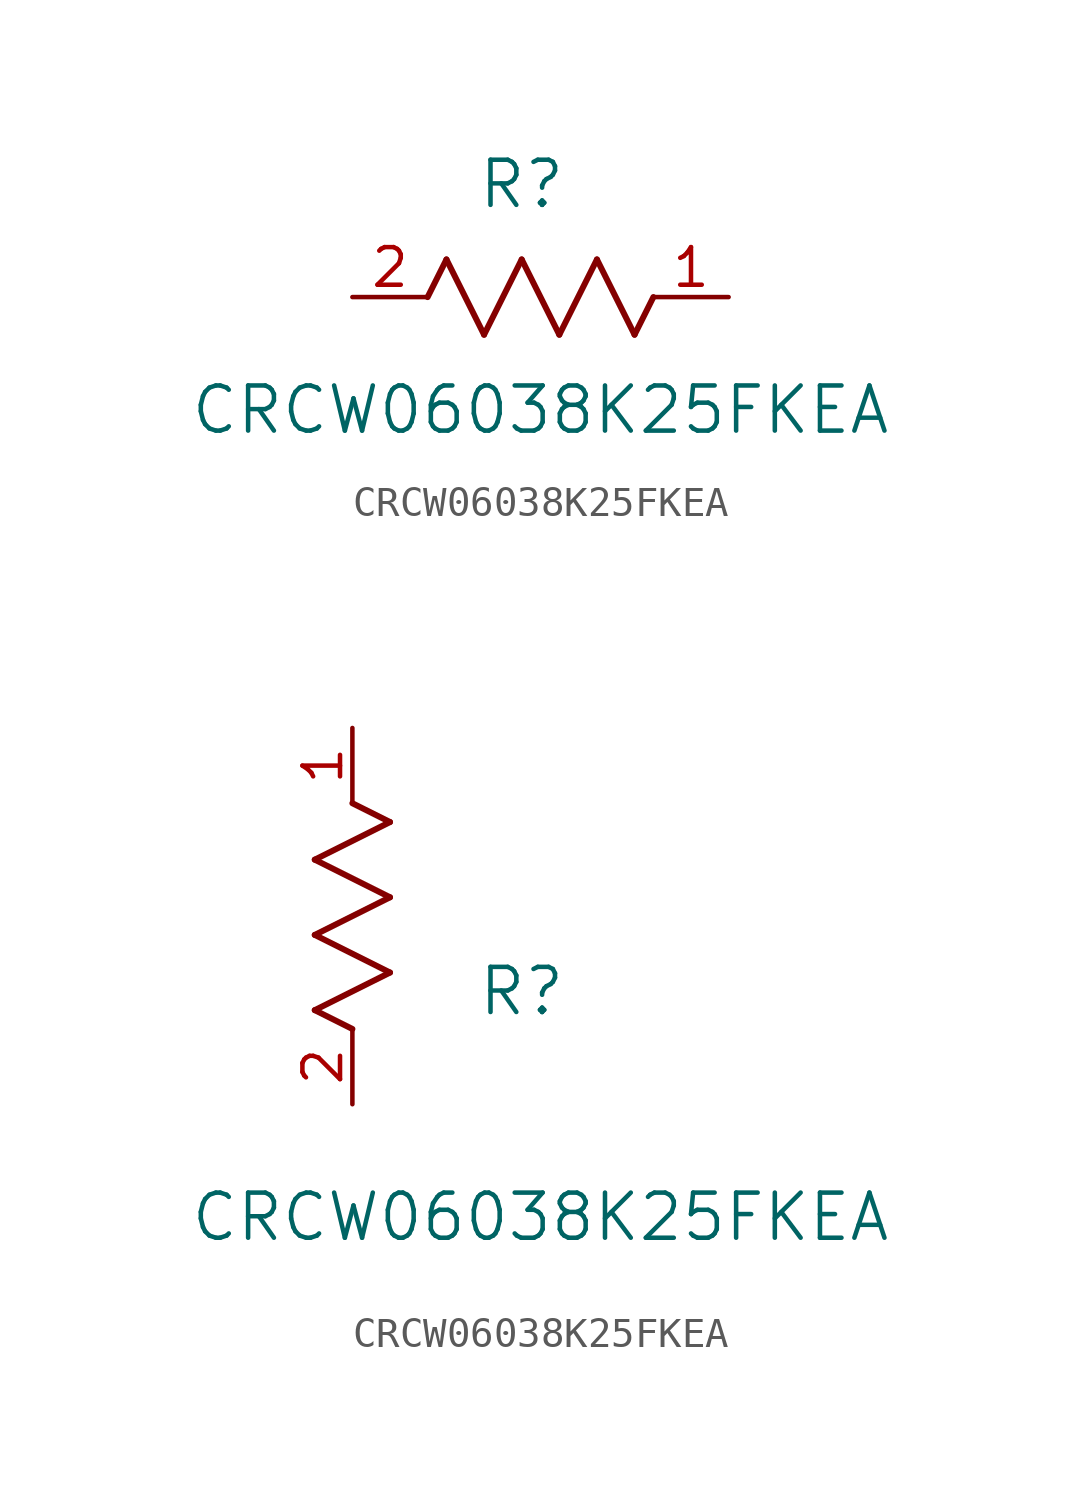
<source format=kicad_sym>
(kicad_symbol_lib
  (version 20211014)
  (generator kicad_symbol_editor)
  (symbol "CRCW06038K25FKEA"
    (pin_names
      (offset 0.254))
    (property "Reference" "R"
      (at 5.715 3.81 0)
      (effects (font (size 1.524 1.524))))
    (property "Value" "CRCW06038K25FKEA"
      (at 6.35 -3.81 0)
      (effects (font (size 1.524 1.524))))
    (symbol "CRCW06038K25FKEA_1_1"
      (polyline (pts (xy 3.175 1.27) (xy 4.445 -1.27)) (stroke (width 0.203) (type default) (color 0 0 0 0)) (fill (type none)))
      (polyline (pts (xy 4.445 -1.27) (xy 5.715 1.27)) (stroke (width 0.203) (type default) (color 0 0 0 0)) (fill (type none)))
      (polyline (pts (xy 5.715 1.27) (xy 6.985 -1.27)) (stroke (width 0.203) (type default) (color 0 0 0 0)) (fill (type none)))
      (polyline (pts (xy 6.985 -1.27) (xy 8.255 1.27)) (stroke (width 0.203) (type default) (color 0 0 0 0)) (fill (type none)))
      (polyline (pts (xy 8.255 1.27) (xy 9.525 -1.27)) (stroke (width 0.203) (type default) (color 0 0 0 0)) (fill (type none)))
      (polyline (pts (xy 2.54 0) (xy 3.175 1.27)) (stroke (width 0.203) (type default) (color 0 0 0 0)) (fill (type none)))
      (polyline (pts (xy 9.525 -1.27) (xy 10.16 0)) (stroke (width 0.203) (type default) (color 0 0 0 0)) (fill (type none)))
      (pin unspecified line (at 0 0 0) (length 2.54) (name "" (effects (font (size 1.27 1.27)))) (number "2" (effects (font (size 1.27 1.27)))))
      (pin unspecified line (at 12.7 0 180) (length 2.54) (name "" (effects (font (size 1.27 1.27)))) (number "1" (effects (font (size 1.27 1.27))))))
    (symbol "CRCW06038K25FKEA_1_2"
      (polyline (pts (xy 0 2.54) (xy -1.27 3.175)) (stroke (width 0.203) (type default) (color 0 0 0 0)) (fill (type none)))
      (polyline (pts (xy -1.27 3.175) (xy 1.27 4.445)) (stroke (width 0.203) (type default) (color 0 0 0 0)) (fill (type none)))
      (polyline (pts (xy 1.27 4.445) (xy -1.27 5.715)) (stroke (width 0.203) (type default) (color 0 0 0 0)) (fill (type none)))
      (polyline (pts (xy -1.27 5.715) (xy 1.27 6.985)) (stroke (width 0.203) (type default) (color 0 0 0 0)) (fill (type none)))
      (polyline (pts (xy -1.27 8.255) (xy 1.27 9.525)) (stroke (width 0.203) (type default) (color 0 0 0 0)) (fill (type none)))
      (polyline (pts (xy 1.27 9.525) (xy 0 10.16)) (stroke (width 0.203) (type default) (color 0 0 0 0)) (fill (type none)))
      (polyline (pts (xy 1.27 6.985) (xy -1.27 8.255)) (stroke (width 0.203) (type default) (color 0 0 0 0)) (fill (type none)))
      (pin unspecified line (at 0 0 90) (length 2.54) (name "" (effects (font (size 1.27 1.27)))) (number "2" (effects (font (size 1.27 1.27)))))
      (pin unspecified line (at 0 12.7 270) (length 2.54) (name "" (effects (font (size 1.27 1.27)))) (number "1" (effects (font (size 1.27 1.27))))))))
</source>
